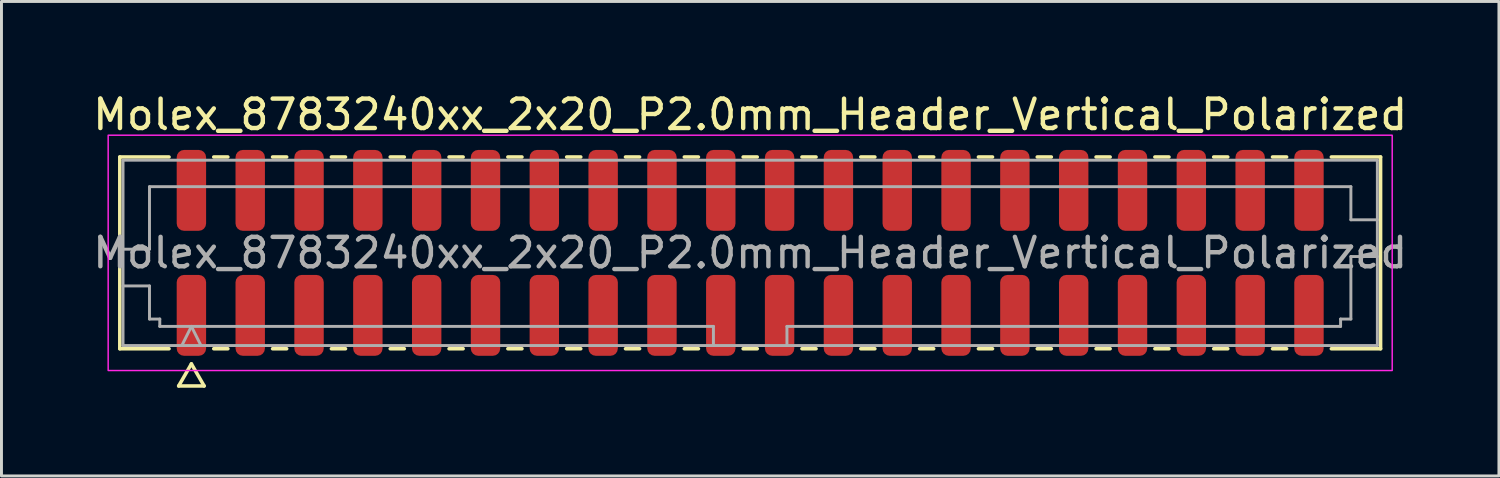
<source format=kicad_pcb>
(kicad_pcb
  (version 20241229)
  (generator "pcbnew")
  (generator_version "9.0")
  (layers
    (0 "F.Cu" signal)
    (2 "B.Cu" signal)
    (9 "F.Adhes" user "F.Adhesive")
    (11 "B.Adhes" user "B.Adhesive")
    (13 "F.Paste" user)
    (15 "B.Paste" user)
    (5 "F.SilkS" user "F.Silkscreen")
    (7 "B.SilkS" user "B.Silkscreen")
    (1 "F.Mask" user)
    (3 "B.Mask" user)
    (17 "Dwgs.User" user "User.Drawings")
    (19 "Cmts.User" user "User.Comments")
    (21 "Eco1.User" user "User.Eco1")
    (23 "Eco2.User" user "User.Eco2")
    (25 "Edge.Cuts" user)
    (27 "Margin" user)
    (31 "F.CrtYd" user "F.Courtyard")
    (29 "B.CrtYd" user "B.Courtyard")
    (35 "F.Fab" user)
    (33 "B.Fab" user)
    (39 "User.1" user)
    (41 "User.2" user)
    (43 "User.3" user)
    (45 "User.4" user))
  (footprint "Molex_8783240xx_2x20_P2.0mm_Header_Vertical_Polarized"
    (layer "F.Cu")
    (at 22.458 5.548)
    (property "Reference" "Molex_8783240xx_2x20_P2.0mm_Header_Vertical_Polarized" (at 0 -4.7 0) (layer "F.SilkS") (effects (font (size 1 1) (thickness 0.15))))
    (attr smd)
    (fp_line (start -21.435 -3.26) (end -19.76 -3.26) (stroke (width 0.12) (type solid)) (layer "F.SilkS"))
    (fp_line (start -21.435 3.26) (end -21.435 -3.26) (stroke (width 0.12) (type solid)) (layer "F.SilkS"))
    (fp_line (start -19.76 3.26) (end -21.435 3.26) (stroke (width 0.12) (type solid)) (layer "F.SilkS"))
    (fp_line (start -19.433 4.525) (end -19 3.775) (stroke (width 0.12) (type solid)) (layer "F.SilkS"))
    (fp_line (start -19 3.775) (end -18.567 4.525) (stroke (width 0.12) (type solid)) (layer "F.SilkS"))
    (fp_line (start -18.567 4.525) (end -19.433 4.525) (stroke (width 0.12) (type solid)) (layer "F.SilkS"))
    (fp_line (start -18.24 -3.26) (end -17.76 -3.26) (stroke (width 0.12) (type solid)) (layer "F.SilkS"))
    (fp_line (start -17.76 3.26) (end -18.24 3.26) (stroke (width 0.12) (type solid)) (layer "F.SilkS"))
    (fp_line (start -16.24 -3.26) (end -15.76 -3.26) (stroke (width 0.12) (type solid)) (layer "F.SilkS"))
    (fp_line (start -15.76 3.26) (end -16.24 3.26) (stroke (width 0.12) (type solid)) (layer "F.SilkS"))
    (fp_line (start -14.24 -3.26) (end -13.76 -3.26) (stroke (width 0.12) (type solid)) (layer "F.SilkS"))
    (fp_line (start -13.76 3.26) (end -14.24 3.26) (stroke (width 0.12) (type solid)) (layer "F.SilkS"))
    (fp_line (start -12.24 -3.26) (end -11.76 -3.26) (stroke (width 0.12) (type solid)) (layer "F.SilkS"))
    (fp_line (start -11.76 3.26) (end -12.24 3.26) (stroke (width 0.12) (type solid)) (layer "F.SilkS"))
    (fp_line (start -10.24 -3.26) (end -9.76 -3.26) (stroke (width 0.12) (type solid)) (layer "F.SilkS"))
    (fp_line (start -9.76 3.26) (end -10.24 3.26) (stroke (width 0.12) (type solid)) (layer "F.SilkS"))
    (fp_line (start -8.24 -3.26) (end -7.76 -3.26) (stroke (width 0.12) (type solid)) (layer "F.SilkS"))
    (fp_line (start -7.76 3.26) (end -8.24 3.26) (stroke (width 0.12) (type solid)) (layer "F.SilkS"))
    (fp_line (start -6.24 -3.26) (end -5.76 -3.26) (stroke (width 0.12) (type solid)) (layer "F.SilkS"))
    (fp_line (start -5.76 3.26) (end -6.24 3.26) (stroke (width 0.12) (type solid)) (layer "F.SilkS"))
    (fp_line (start -4.24 -3.26) (end -3.76 -3.26) (stroke (width 0.12) (type solid)) (layer "F.SilkS"))
    (fp_line (start -3.76 3.26) (end -4.24 3.26) (stroke (width 0.12) (type solid)) (layer "F.SilkS"))
    (fp_line (start -2.24 -3.26) (end -1.76 -3.26) (stroke (width 0.12) (type solid)) (layer "F.SilkS"))
    (fp_line (start -1.76 3.26) (end -2.24 3.26) (stroke (width 0.12) (type solid)) (layer "F.SilkS"))
    (fp_line (start -0.24 -3.26) (end 0.24 -3.26) (stroke (width 0.12) (type solid)) (layer "F.SilkS"))
    (fp_line (start 0.24 3.26) (end -0.24 3.26) (stroke (width 0.12) (type solid)) (layer "F.SilkS"))
    (fp_line (start 1.76 -3.26) (end 2.24 -3.26) (stroke (width 0.12) (type solid)) (layer "F.SilkS"))
    (fp_line (start 2.24 3.26) (end 1.76 3.26) (stroke (width 0.12) (type solid)) (layer "F.SilkS"))
    (fp_line (start 3.76 -3.26) (end 4.24 -3.26) (stroke (width 0.12) (type solid)) (layer "F.SilkS"))
    (fp_line (start 4.24 3.26) (end 3.76 3.26) (stroke (width 0.12) (type solid)) (layer "F.SilkS"))
    (fp_line (start 5.76 -3.26) (end 6.24 -3.26) (stroke (width 0.12) (type solid)) (layer "F.SilkS"))
    (fp_line (start 6.24 3.26) (end 5.76 3.26) (stroke (width 0.12) (type solid)) (layer "F.SilkS"))
    (fp_line (start 7.76 -3.26) (end 8.24 -3.26) (stroke (width 0.12) (type solid)) (layer "F.SilkS"))
    (fp_line (start 8.24 3.26) (end 7.76 3.26) (stroke (width 0.12) (type solid)) (layer "F.SilkS"))
    (fp_line (start 9.76 -3.26) (end 10.24 -3.26) (stroke (width 0.12) (type solid)) (layer "F.SilkS"))
    (fp_line (start 10.24 3.26) (end 9.76 3.26) (stroke (width 0.12) (type solid)) (layer "F.SilkS"))
    (fp_line (start 11.76 -3.26) (end 12.24 -3.26) (stroke (width 0.12) (type solid)) (layer "F.SilkS"))
    (fp_line (start 12.24 3.26) (end 11.76 3.26) (stroke (width 0.12) (type solid)) (layer "F.SilkS"))
    (fp_line (start 13.76 -3.26) (end 14.24 -3.26) (stroke (width 0.12) (type solid)) (layer "F.SilkS"))
    (fp_line (start 14.24 3.26) (end 13.76 3.26) (stroke (width 0.12) (type solid)) (layer "F.SilkS"))
    (fp_line (start 15.76 -3.26) (end 16.24 -3.26) (stroke (width 0.12) (type solid)) (layer "F.SilkS"))
    (fp_line (start 16.24 3.26) (end 15.76 3.26) (stroke (width 0.12) (type solid)) (layer "F.SilkS"))
    (fp_line (start 17.76 -3.26) (end 18.24 -3.26) (stroke (width 0.12) (type solid)) (layer "F.SilkS"))
    (fp_line (start 18.24 3.26) (end 17.76 3.26) (stroke (width 0.12) (type solid)) (layer "F.SilkS"))
    (fp_line (start 19.76 -3.26) (end 21.435 -3.26) (stroke (width 0.12) (type solid)) (layer "F.SilkS"))
    (fp_line (start 21.435 -3.26) (end 21.435 3.26) (stroke (width 0.12) (type solid)) (layer "F.SilkS"))
    (fp_line (start 21.435 3.26) (end 19.76 3.26) (stroke (width 0.12) (type solid)) (layer "F.SilkS"))
    (fp_rect (start -21.83 -4) (end 21.83 4) (stroke (width 0.05) (type solid)) (fill no) (layer "F.CrtYd"))
    (fp_line (start -21.325 -3.15) (end 21.325 -3.15) (stroke (width 0.1) (type solid)) (layer "F.Fab"))
    (fp_line (start -21.325 -0.125) (end -20.425 -0.125) (stroke (width 0.1) (type solid)) (layer "F.Fab"))
    (fp_line (start -21.325 1.125) (end -20.425 1.125) (stroke (width 0.1) (type solid)) (layer "F.Fab"))
    (fp_line (start -21.325 3.15) (end -21.325 -3.15) (stroke (width 0.1) (type solid)) (layer "F.Fab"))
    (fp_line (start -20.425 -2.25) (end 20.425 -2.25) (stroke (width 0.1) (type solid)) (layer "F.Fab"))
    (fp_line (start -20.425 -0.125) (end -20.425 -2.25) (stroke (width 0.1) (type solid)) (layer "F.Fab"))
    (fp_line (start -20.425 1.125) (end -20.425 2.25) (stroke (width 0.1) (type solid)) (layer "F.Fab"))
    (fp_line (start -20.425 2.25) (end -20.075 2.25) (stroke (width 0.1) (type solid)) (layer "F.Fab"))
    (fp_line (start -20.075 2.25) (end -20.075 2.5) (stroke (width 0.1) (type solid)) (layer "F.Fab"))
    (fp_line (start -20.075 2.5) (end -1.25 2.5) (stroke (width 0.1) (type solid)) (layer "F.Fab"))
    (fp_line (start -19.325 3.15) (end -19 2.5) (stroke (width 0.1) (type solid)) (layer "F.Fab"))
    (fp_line (start -19 2.5) (end -18.675 3.15) (stroke (width 0.1) (type solid)) (layer "F.Fab"))
    (fp_line (start -1.25 2.5) (end -1.25 3.15) (stroke (width 0.1) (type solid)) (layer "F.Fab"))
    (fp_line (start 1.25 2.5) (end 1.25 3.15) (stroke (width 0.1) (type solid)) (layer "F.Fab"))
    (fp_line (start 1.25 2.5) (end 20.075 2.5) (stroke (width 0.1) (type solid)) (layer "F.Fab"))
    (fp_line (start 20.075 2.25) (end 20.425 2.25) (stroke (width 0.1) (type solid)) (layer "F.Fab"))
    (fp_line (start 20.075 2.5) (end 20.075 2.25) (stroke (width 0.1) (type solid)) (layer "F.Fab"))
    (fp_line (start 20.425 -2.25) (end 20.425 -1.125) (stroke (width 0.1) (type solid)) (layer "F.Fab"))
    (fp_line (start 20.425 -1.125) (end 21.325 -1.125) (stroke (width 0.1) (type solid)) (layer "F.Fab"))
    (fp_line (start 20.425 0.125) (end 21.325 0.125) (stroke (width 0.1) (type solid)) (layer "F.Fab"))
    (fp_line (start 20.425 2.25) (end 20.425 0.125) (stroke (width 0.1) (type solid)) (layer "F.Fab"))
    (fp_line (start 21.325 -3.15) (end 21.325 3.15) (stroke (width 0.1) (type solid)) (layer "F.Fab"))
    (fp_line (start 21.325 3.15) (end -21.325 3.15) (stroke (width 0.1) (type solid)) (layer "F.Fab"))
    (fp_text user "${REFERENCE}" (at 0 0 0) (layer "F.Fab") (effects (font (size 1 1) (thickness 0.15))))
    (pad "1" smd roundrect (at -19 2.125) (size 1 2.75) (layers "F.Cu" "F.Mask" "F.Paste") (roundrect_rratio 0.25))
    (pad "2" smd roundrect (at -19 -2.125) (size 1 2.75) (layers "F.Cu" "F.Mask" "F.Paste") (roundrect_rratio 0.25))
    (pad "3" smd roundrect (at -17 2.125) (size 1 2.75) (layers "F.Cu" "F.Mask" "F.Paste") (roundrect_rratio 0.25))
    (pad "4" smd roundrect (at -17 -2.125) (size 1 2.75) (layers "F.Cu" "F.Mask" "F.Paste") (roundrect_rratio 0.25))
    (pad "5" smd roundrect (at -15 2.125) (size 1 2.75) (layers "F.Cu" "F.Mask" "F.Paste") (roundrect_rratio 0.25))
    (pad "6" smd roundrect (at -15 -2.125) (size 1 2.75) (layers "F.Cu" "F.Mask" "F.Paste") (roundrect_rratio 0.25))
    (pad "7" smd roundrect (at -13 2.125) (size 1 2.75) (layers "F.Cu" "F.Mask" "F.Paste") (roundrect_rratio 0.25))
    (pad "8" smd roundrect (at -13 -2.125) (size 1 2.75) (layers "F.Cu" "F.Mask" "F.Paste") (roundrect_rratio 0.25))
    (pad "9" smd roundrect (at -11 2.125) (size 1 2.75) (layers "F.Cu" "F.Mask" "F.Paste") (roundrect_rratio 0.25))
    (pad "10" smd roundrect (at -11 -2.125) (size 1 2.75) (layers "F.Cu" "F.Mask" "F.Paste") (roundrect_rratio 0.25))
    (pad "11" smd roundrect (at -9 2.125) (size 1 2.75) (layers "F.Cu" "F.Mask" "F.Paste") (roundrect_rratio 0.25))
    (pad "12" smd roundrect (at -9 -2.125) (size 1 2.75) (layers "F.Cu" "F.Mask" "F.Paste") (roundrect_rratio 0.25))
    (pad "13" smd roundrect (at -7 2.125) (size 1 2.75) (layers "F.Cu" "F.Mask" "F.Paste") (roundrect_rratio 0.25))
    (pad "14" smd roundrect (at -7 -2.125) (size 1 2.75) (layers "F.Cu" "F.Mask" "F.Paste") (roundrect_rratio 0.25))
    (pad "15" smd roundrect (at -5 2.125) (size 1 2.75) (layers "F.Cu" "F.Mask" "F.Paste") (roundrect_rratio 0.25))
    (pad "16" smd roundrect (at -5 -2.125) (size 1 2.75) (layers "F.Cu" "F.Mask" "F.Paste") (roundrect_rratio 0.25))
    (pad "17" smd roundrect (at -3 2.125) (size 1 2.75) (layers "F.Cu" "F.Mask" "F.Paste") (roundrect_rratio 0.25))
    (pad "18" smd roundrect (at -3 -2.125) (size 1 2.75) (layers "F.Cu" "F.Mask" "F.Paste") (roundrect_rratio 0.25))
    (pad "19" smd roundrect (at -1 2.125) (size 1 2.75) (layers "F.Cu" "F.Mask" "F.Paste") (roundrect_rratio 0.25))
    (pad "20" smd roundrect (at -1 -2.125) (size 1 2.75) (layers "F.Cu" "F.Mask" "F.Paste") (roundrect_rratio 0.25))
    (pad "21" smd roundrect (at 1 2.125) (size 1 2.75) (layers "F.Cu" "F.Mask" "F.Paste") (roundrect_rratio 0.25))
    (pad "22" smd roundrect (at 1 -2.125) (size 1 2.75) (layers "F.Cu" "F.Mask" "F.Paste") (roundrect_rratio 0.25))
    (pad "23" smd roundrect (at 3 2.125) (size 1 2.75) (layers "F.Cu" "F.Mask" "F.Paste") (roundrect_rratio 0.25))
    (pad "24" smd roundrect (at 3 -2.125) (size 1 2.75) (layers "F.Cu" "F.Mask" "F.Paste") (roundrect_rratio 0.25))
    (pad "25" smd roundrect (at 5 2.125) (size 1 2.75) (layers "F.Cu" "F.Mask" "F.Paste") (roundrect_rratio 0.25))
    (pad "26" smd roundrect (at 5 -2.125) (size 1 2.75) (layers "F.Cu" "F.Mask" "F.Paste") (roundrect_rratio 0.25))
    (pad "27" smd roundrect (at 7 2.125) (size 1 2.75) (layers "F.Cu" "F.Mask" "F.Paste") (roundrect_rratio 0.25))
    (pad "28" smd roundrect (at 7 -2.125) (size 1 2.75) (layers "F.Cu" "F.Mask" "F.Paste") (roundrect_rratio 0.25))
    (pad "29" smd roundrect (at 9 2.125) (size 1 2.75) (layers "F.Cu" "F.Mask" "F.Paste") (roundrect_rratio 0.25))
    (pad "30" smd roundrect (at 9 -2.125) (size 1 2.75) (layers "F.Cu" "F.Mask" "F.Paste") (roundrect_rratio 0.25))
    (pad "31" smd roundrect (at 11 2.125) (size 1 2.75) (layers "F.Cu" "F.Mask" "F.Paste") (roundrect_rratio 0.25))
    (pad "32" smd roundrect (at 11 -2.125) (size 1 2.75) (layers "F.Cu" "F.Mask" "F.Paste") (roundrect_rratio 0.25))
    (pad "33" smd roundrect (at 13 2.125) (size 1 2.75) (layers "F.Cu" "F.Mask" "F.Paste") (roundrect_rratio 0.25))
    (pad "34" smd roundrect (at 13 -2.125) (size 1 2.75) (layers "F.Cu" "F.Mask" "F.Paste") (roundrect_rratio 0.25))
    (pad "35" smd roundrect (at 15 2.125) (size 1 2.75) (layers "F.Cu" "F.Mask" "F.Paste") (roundrect_rratio 0.25))
    (pad "36" smd roundrect (at 15 -2.125) (size 1 2.75) (layers "F.Cu" "F.Mask" "F.Paste") (roundrect_rratio 0.25))
    (pad "37" smd roundrect (at 17 2.125) (size 1 2.75) (layers "F.Cu" "F.Mask" "F.Paste") (roundrect_rratio 0.25))
    (pad "38" smd roundrect (at 17 -2.125) (size 1 2.75) (layers "F.Cu" "F.Mask" "F.Paste") (roundrect_rratio 0.25))
    (pad "39" smd roundrect (at 19 2.125) (size 1 2.75) (layers "F.Cu" "F.Mask" "F.Paste") (roundrect_rratio 0.25))
    (pad "40" smd roundrect (at 19 -2.125) (size 1 2.75) (layers "F.Cu" "F.Mask" "F.Paste") (roundrect_rratio 0.25)))
  (gr_rect
    (start -3 -3)
    (end 47.917 13.133)
    (stroke (width 0.1) (type default))
    (fill no)
    (layer "Edge.Cuts")))
</source>
